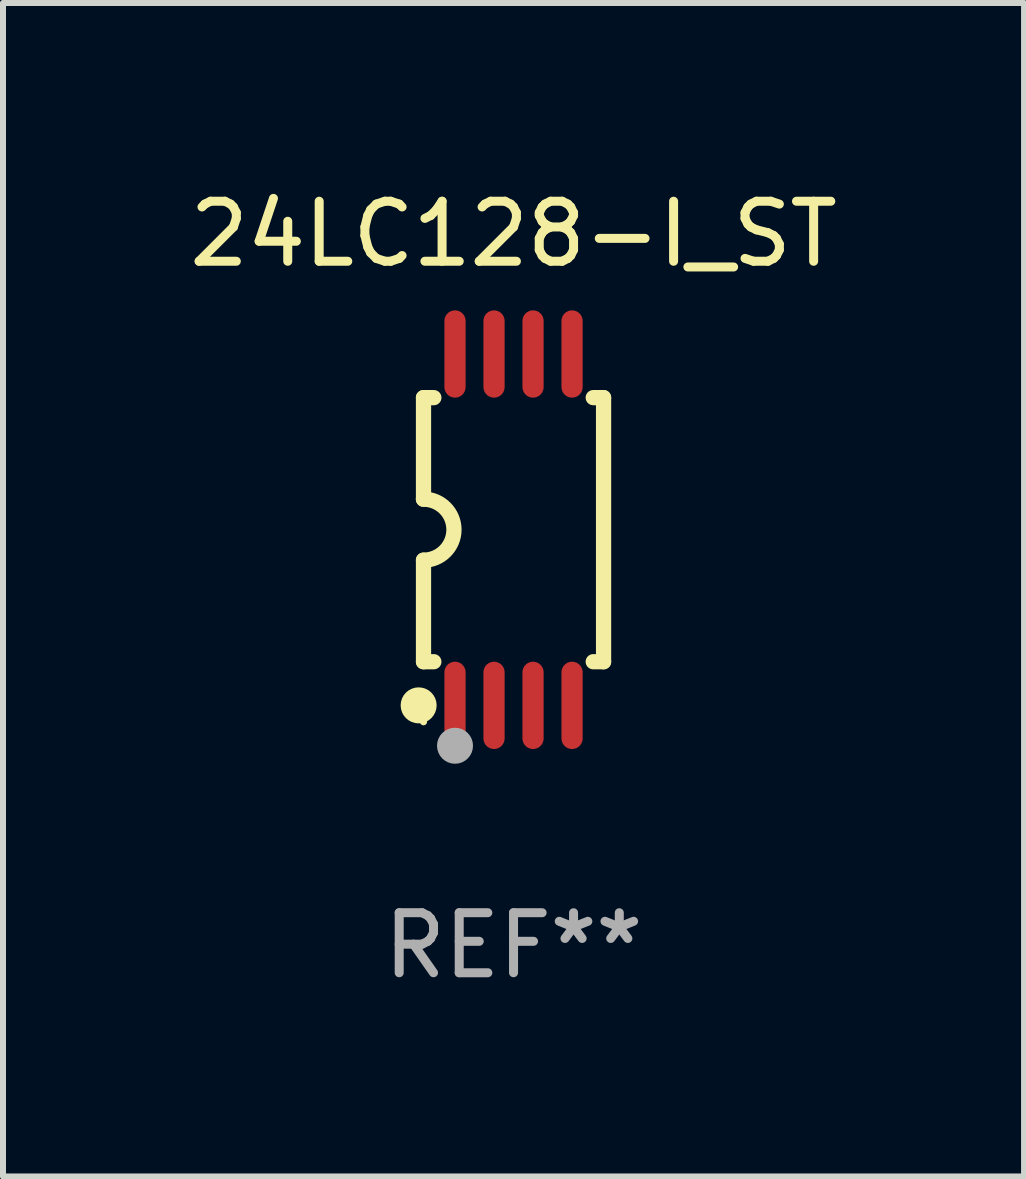
<source format=kicad_pcb>
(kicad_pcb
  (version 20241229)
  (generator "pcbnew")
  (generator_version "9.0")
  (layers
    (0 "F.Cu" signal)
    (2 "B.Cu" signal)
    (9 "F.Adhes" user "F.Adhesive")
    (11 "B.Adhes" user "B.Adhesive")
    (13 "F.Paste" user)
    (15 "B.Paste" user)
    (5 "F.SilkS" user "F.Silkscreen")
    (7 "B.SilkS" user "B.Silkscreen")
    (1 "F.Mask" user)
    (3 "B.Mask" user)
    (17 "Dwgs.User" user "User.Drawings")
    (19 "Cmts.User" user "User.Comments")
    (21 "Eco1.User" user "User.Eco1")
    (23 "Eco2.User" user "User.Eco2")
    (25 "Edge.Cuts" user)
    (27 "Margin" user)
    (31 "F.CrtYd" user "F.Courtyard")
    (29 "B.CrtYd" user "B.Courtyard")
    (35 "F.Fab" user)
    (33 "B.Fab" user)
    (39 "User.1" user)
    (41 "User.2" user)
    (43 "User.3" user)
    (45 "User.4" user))
  (footprint "24LC128-I_ST"
    (layer "F.Cu")
    (at 5.506 5.775)
    (property "Reference" "24LC128-I_ST" (at 0 -4.927 0) (layer "F.SilkS") (effects (font (size 1 1) (thickness 0.15))))
    (attr through_hole)
    (fp_line (start -1.5 -2.2) (end -1.5 -0.508) (stroke (width 0.254) (type solid)) (layer "F.SilkS"))
    (fp_line (start -1.5 -2.2) (end -1.328 -2.2) (stroke (width 0.254) (type solid)) (layer "F.SilkS"))
    (fp_line (start -1.5 2.2) (end -1.5 0.508) (stroke (width 0.254) (type solid)) (layer "F.SilkS"))
    (fp_line (start -1.5 2.2) (end -1.328 2.2) (stroke (width 0.254) (type solid)) (layer "F.SilkS"))
    (fp_line (start 1.328 -2.2) (end 1.5 -2.2) (stroke (width 0.254) (type solid)) (layer "F.SilkS"))
    (fp_line (start 1.328 2.2) (end 1.5 2.2) (stroke (width 0.254) (type solid)) (layer "F.SilkS"))
    (fp_line (start 1.5 -2.2) (end 1.5 2.2) (stroke (width 0.254) (type solid)) (layer "F.SilkS"))
    (fp_arc (start -1.501144 -0.508) (mid -0.993143 -0.000571) (end -1.5 0.508001) (stroke (width 0.254001) (type solid)) (layer "F.SilkS"))
    (fp_circle (center -1.581 2.927) (end -1.431 2.927) (stroke (width 0.3) (type solid)) (fill no) (layer "F.SilkS"))
    (fp_circle (center -1.5 3.2) (end -1.47 3.2) (stroke (width 0.06) (type solid)) (fill no) (layer "F.SilkS"))
    (fp_circle (center -0.975 3.6) (end -0.825 3.6) (stroke (width 0.3) (type solid)) (fill no) (layer "F.Fab"))
    (fp_text user "REF**" (at 0 6.927 0) (layer "F.Fab") (effects (font (size 1 1) (thickness 0.15))))
    (pad "1" smd oval (at -0.975 2.927) (size 0.353 1.454) (layers "F.Cu" "F.Mask" "F.Paste"))
    (pad "2" smd oval (at -0.325 2.927) (size 0.353 1.454) (layers "F.Cu" "F.Mask" "F.Paste"))
    (pad "3" smd oval (at 0.325 2.927) (size 0.353 1.454) (layers "F.Cu" "F.Mask" "F.Paste"))
    (pad "4" smd oval (at 0.975 2.927) (size 0.353 1.454) (layers "F.Cu" "F.Mask" "F.Paste"))
    (pad "5" smd oval (at 0.975 -2.927) (size 0.353 1.454) (layers "F.Cu" "F.Mask" "F.Paste"))
    (pad "6" smd oval (at 0.325 -2.927) (size 0.353 1.454) (layers "F.Cu" "F.Mask" "F.Paste"))
    (pad "7" smd oval (at -0.325 -2.927) (size 0.353 1.454) (layers "F.Cu" "F.Mask" "F.Paste"))
    (pad "8" smd oval (at -0.975 -2.927) (size 0.353 1.454) (layers "F.Cu" "F.Mask" "F.Paste")))
  (gr_rect
    (start -3 -3)
    (end 14.012 16.551)
    (stroke (width 0.1) (type default))
    (fill no)
    (layer "Edge.Cuts")))
</source>
